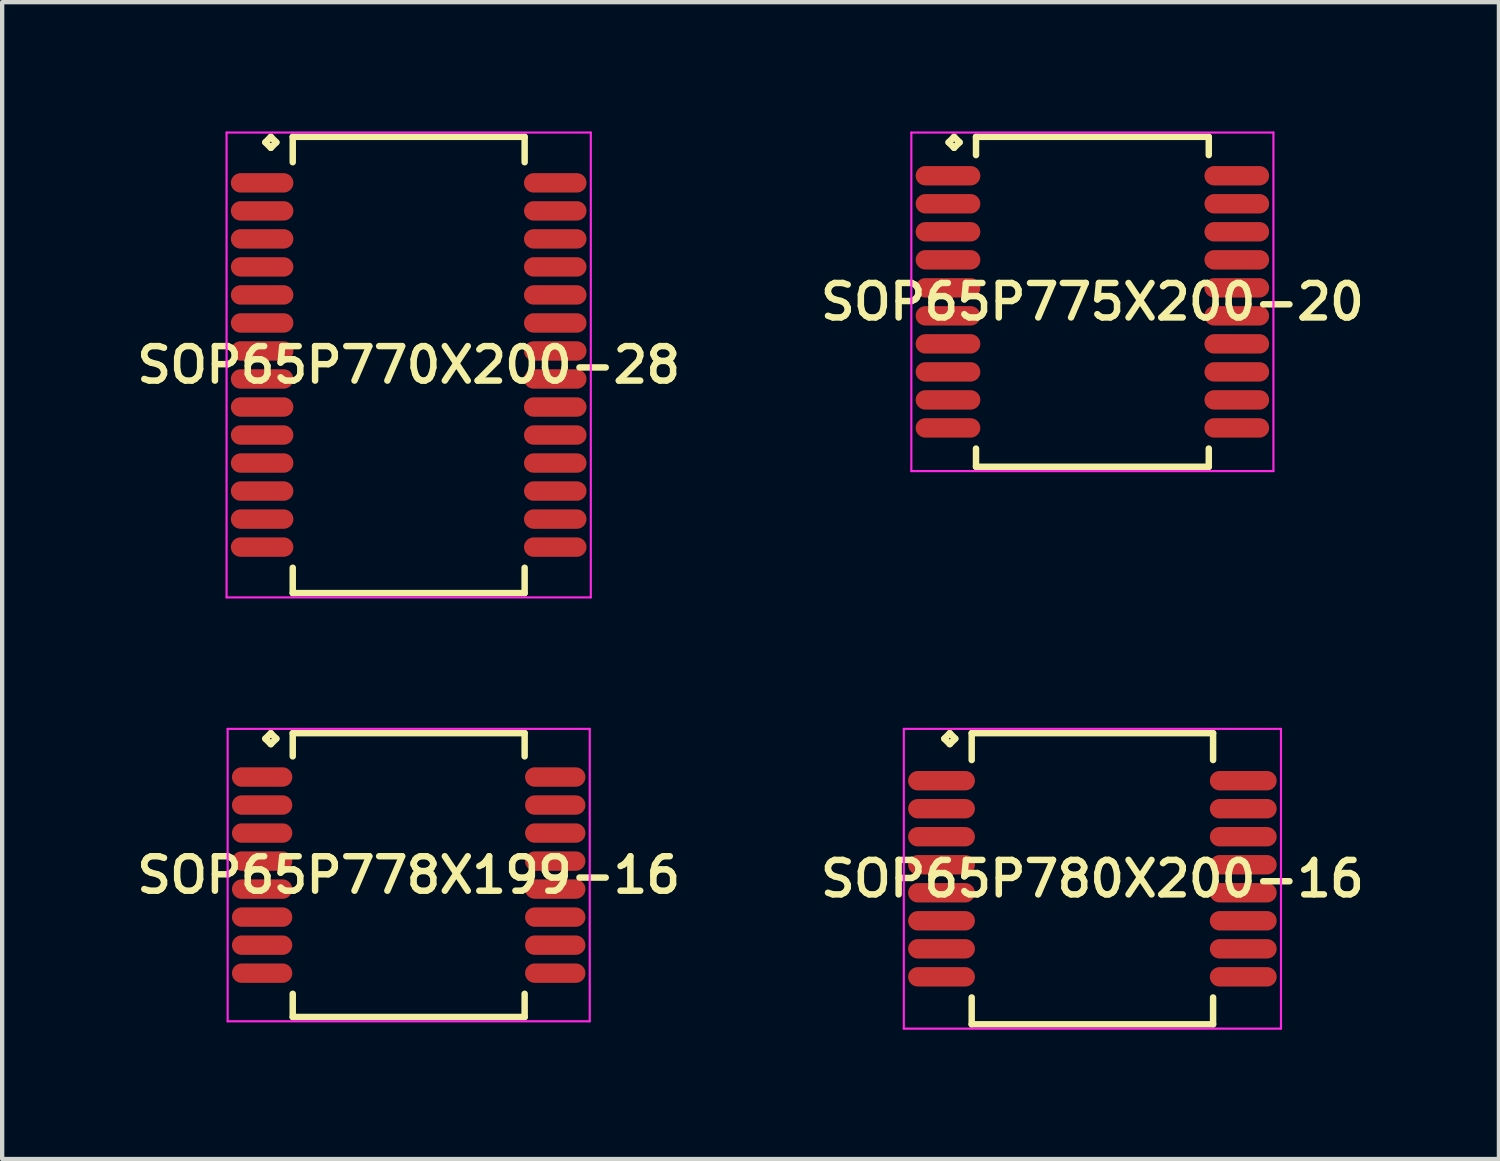
<source format=kicad_pcb>
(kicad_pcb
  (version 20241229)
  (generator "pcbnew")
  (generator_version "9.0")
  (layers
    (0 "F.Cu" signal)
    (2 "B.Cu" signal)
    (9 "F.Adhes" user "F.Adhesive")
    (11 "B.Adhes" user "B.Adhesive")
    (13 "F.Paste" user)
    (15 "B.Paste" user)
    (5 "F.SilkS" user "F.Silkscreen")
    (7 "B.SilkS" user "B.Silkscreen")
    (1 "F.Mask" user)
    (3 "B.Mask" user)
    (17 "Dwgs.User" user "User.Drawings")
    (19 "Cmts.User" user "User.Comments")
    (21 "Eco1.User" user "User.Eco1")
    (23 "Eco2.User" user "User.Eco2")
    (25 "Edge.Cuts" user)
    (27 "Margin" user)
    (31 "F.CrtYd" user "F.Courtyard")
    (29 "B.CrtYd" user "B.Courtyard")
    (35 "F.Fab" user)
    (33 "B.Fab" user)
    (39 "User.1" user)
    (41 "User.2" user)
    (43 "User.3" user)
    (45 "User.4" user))
  (footprint "SOP65P778X199-16"
    (layer "F.Cu")
    (at 6.431 17.251)
    (property "Reference" "SOP65P778X199-16" (at 0 0 0) (layer "F.SilkS") (effects (font (size 0.8 0.8) (thickness 0.15))))
    (attr smd)
    (fp_line (start -3.325 -3.165) (end -3.198 -3.292) (stroke (width 0.15) (type solid)) (layer "F.SilkS"))
    (fp_line (start -3.198 -3.292) (end -3.071 -3.165) (stroke (width 0.15) (type solid)) (layer "F.SilkS"))
    (fp_line (start -3.198 -3.038) (end -3.325 -3.165) (stroke (width 0.15) (type solid)) (layer "F.SilkS"))
    (fp_line (start -3.071 -3.165) (end -3.198 -3.038) (stroke (width 0.15) (type solid)) (layer "F.SilkS"))
    (fp_line (start -2.69 -3.292) (end 2.69 -3.292) (stroke (width 0.15) (type solid)) (layer "F.SilkS"))
    (fp_line (start -2.69 -2.754) (end -2.69 -3.292) (stroke (width 0.15) (type solid)) (layer "F.SilkS"))
    (fp_line (start -2.69 2.754) (end -2.69 3.292) (stroke (width 0.15) (type solid)) (layer "F.SilkS"))
    (fp_line (start -2.69 3.292) (end 2.69 3.292) (stroke (width 0.15) (type solid)) (layer "F.SilkS"))
    (fp_line (start 2.69 -3.292) (end 2.69 -2.754) (stroke (width 0.15) (type solid)) (layer "F.SilkS"))
    (fp_line (start 2.69 3.292) (end 2.69 2.754) (stroke (width 0.15) (type solid)) (layer "F.SilkS"))
    (fp_line (start -4.2 -3.392) (end 4.2 -3.392) (stroke (width 0.05) (type solid)) (layer "F.CrtYd"))
    (fp_line (start -4.2 3.392) (end -4.2 -3.392) (stroke (width 0.05) (type solid)) (layer "F.CrtYd"))
    (fp_line (start 4.2 -3.392) (end 4.2 3.392) (stroke (width 0.05) (type solid)) (layer "F.CrtYd"))
    (fp_line (start 4.2 3.392) (end -4.2 3.392) (stroke (width 0.05) (type solid)) (layer "F.CrtYd"))
    (pad "1" smd oval (at -3.4 -2.275) (size 1.4 0.45) (layers "F.Cu" "F.Mask" "F.Paste"))
    (pad "2" smd oval (at -3.4 -1.625) (size 1.4 0.45) (layers "F.Cu" "F.Mask" "F.Paste"))
    (pad "3" smd oval (at -3.4 -0.975) (size 1.4 0.45) (layers "F.Cu" "F.Mask" "F.Paste"))
    (pad "4" smd oval (at -3.4 -0.325) (size 1.4 0.45) (layers "F.Cu" "F.Mask" "F.Paste"))
    (pad "5" smd oval (at -3.4 0.325) (size 1.4 0.45) (layers "F.Cu" "F.Mask" "F.Paste"))
    (pad "6" smd oval (at -3.4 0.975) (size 1.4 0.45) (layers "F.Cu" "F.Mask" "F.Paste"))
    (pad "7" smd oval (at -3.4 1.625) (size 1.4 0.45) (layers "F.Cu" "F.Mask" "F.Paste"))
    (pad "8" smd oval (at -3.4 2.275) (size 1.4 0.45) (layers "F.Cu" "F.Mask" "F.Paste"))
    (pad "9" smd oval (at 3.4 2.275) (size 1.4 0.45) (layers "F.Cu" "F.Mask" "F.Paste"))
    (pad "10" smd oval (at 3.4 1.625) (size 1.4 0.45) (layers "F.Cu" "F.Mask" "F.Paste"))
    (pad "11" smd oval (at 3.4 0.975) (size 1.4 0.45) (layers "F.Cu" "F.Mask" "F.Paste"))
    (pad "12" smd oval (at 3.4 0.325) (size 1.4 0.45) (layers "F.Cu" "F.Mask" "F.Paste"))
    (pad "13" smd oval (at 3.4 -0.325) (size 1.4 0.45) (layers "F.Cu" "F.Mask" "F.Paste"))
    (pad "14" smd oval (at 3.4 -0.975) (size 1.4 0.45) (layers "F.Cu" "F.Mask" "F.Paste"))
    (pad "15" smd oval (at 3.4 -1.625) (size 1.4 0.45) (layers "F.Cu" "F.Mask" "F.Paste"))
    (pad "16" smd oval (at 3.4 -2.275) (size 1.4 0.45) (layers "F.Cu" "F.Mask" "F.Paste")))
  (footprint "SOP65P775X200-20"
    (layer "F.Cu")
    (at 22.292 3.952)
    (property "Reference" "SOP65P775X200-20" (at 0 0 0) (layer "F.SilkS") (effects (font (size 0.8 0.8) (thickness 0.15))))
    (attr smd)
    (fp_line (start -3.335 -3.7) (end -3.208 -3.827) (stroke (width 0.15) (type solid)) (layer "F.SilkS"))
    (fp_line (start -3.208 -3.827) (end -3.081 -3.7) (stroke (width 0.15) (type solid)) (layer "F.SilkS"))
    (fp_line (start -3.208 -3.573) (end -3.335 -3.7) (stroke (width 0.15) (type solid)) (layer "F.SilkS"))
    (fp_line (start -3.081 -3.7) (end -3.208 -3.573) (stroke (width 0.15) (type solid)) (layer "F.SilkS"))
    (fp_line (start -2.7 -3.827) (end 2.7 -3.827) (stroke (width 0.15) (type solid)) (layer "F.SilkS"))
    (fp_line (start -2.7 -3.404) (end -2.7 -3.827) (stroke (width 0.15) (type solid)) (layer "F.SilkS"))
    (fp_line (start -2.7 3.404) (end -2.7 3.827) (stroke (width 0.15) (type solid)) (layer "F.SilkS"))
    (fp_line (start -2.7 3.827) (end 2.7 3.827) (stroke (width 0.15) (type solid)) (layer "F.SilkS"))
    (fp_line (start 2.7 -3.827) (end 2.7 -3.404) (stroke (width 0.15) (type solid)) (layer "F.SilkS"))
    (fp_line (start 2.7 3.827) (end 2.7 3.404) (stroke (width 0.15) (type solid)) (layer "F.SilkS"))
    (fp_line (start -4.2 -3.927) (end 4.2 -3.927) (stroke (width 0.05) (type solid)) (layer "F.CrtYd"))
    (fp_line (start -4.2 3.927) (end -4.2 -3.927) (stroke (width 0.05) (type solid)) (layer "F.CrtYd"))
    (fp_line (start 4.2 -3.927) (end 4.2 3.927) (stroke (width 0.05) (type solid)) (layer "F.CrtYd"))
    (fp_line (start 4.2 3.927) (end -4.2 3.927) (stroke (width 0.05) (type solid)) (layer "F.CrtYd"))
    (pad "1" smd oval (at -3.35 -2.925) (size 1.5 0.45) (layers "F.Cu" "F.Mask" "F.Paste"))
    (pad "2" smd oval (at -3.35 -2.275) (size 1.5 0.45) (layers "F.Cu" "F.Mask" "F.Paste"))
    (pad "3" smd oval (at -3.35 -1.625) (size 1.5 0.45) (layers "F.Cu" "F.Mask" "F.Paste"))
    (pad "4" smd oval (at -3.35 -0.975) (size 1.5 0.45) (layers "F.Cu" "F.Mask" "F.Paste"))
    (pad "5" smd oval (at -3.35 -0.325) (size 1.5 0.45) (layers "F.Cu" "F.Mask" "F.Paste"))
    (pad "6" smd oval (at -3.35 0.325) (size 1.5 0.45) (layers "F.Cu" "F.Mask" "F.Paste"))
    (pad "7" smd oval (at -3.35 0.975) (size 1.5 0.45) (layers "F.Cu" "F.Mask" "F.Paste"))
    (pad "8" smd oval (at -3.35 1.625) (size 1.5 0.45) (layers "F.Cu" "F.Mask" "F.Paste"))
    (pad "9" smd oval (at -3.35 2.275) (size 1.5 0.45) (layers "F.Cu" "F.Mask" "F.Paste"))
    (pad "10" smd oval (at -3.35 2.925) (size 1.5 0.45) (layers "F.Cu" "F.Mask" "F.Paste"))
    (pad "11" smd oval (at 3.35 2.925) (size 1.5 0.45) (layers "F.Cu" "F.Mask" "F.Paste"))
    (pad "12" smd oval (at 3.35 2.275) (size 1.5 0.45) (layers "F.Cu" "F.Mask" "F.Paste"))
    (pad "13" smd oval (at 3.35 1.625) (size 1.5 0.45) (layers "F.Cu" "F.Mask" "F.Paste"))
    (pad "14" smd oval (at 3.35 0.975) (size 1.5 0.45) (layers "F.Cu" "F.Mask" "F.Paste"))
    (pad "15" smd oval (at 3.35 0.325) (size 1.5 0.45) (layers "F.Cu" "F.Mask" "F.Paste"))
    (pad "16" smd oval (at 3.35 -0.325) (size 1.5 0.45) (layers "F.Cu" "F.Mask" "F.Paste"))
    (pad "17" smd oval (at 3.35 -0.975) (size 1.5 0.45) (layers "F.Cu" "F.Mask" "F.Paste"))
    (pad "18" smd oval (at 3.35 -1.625) (size 1.5 0.45) (layers "F.Cu" "F.Mask" "F.Paste"))
    (pad "19" smd oval (at 3.35 -2.275) (size 1.5 0.45) (layers "F.Cu" "F.Mask" "F.Paste"))
    (pad "20" smd oval (at 3.35 -2.925) (size 1.5 0.45) (layers "F.Cu" "F.Mask" "F.Paste")))
  (footprint "SOP65P780X200-16"
    (layer "F.Cu")
    (at 22.292 17.336)
    (property "Reference" "SOP65P780X200-16" (at 0 0 0) (layer "F.SilkS") (effects (font (size 0.8 0.8) (thickness 0.15))))
    (attr smd)
    (fp_line (start -3.435 -3.25) (end -3.308 -3.377) (stroke (width 0.15) (type solid)) (layer "F.SilkS"))
    (fp_line (start -3.308 -3.377) (end -3.181 -3.25) (stroke (width 0.15) (type solid)) (layer "F.SilkS"))
    (fp_line (start -3.308 -3.123) (end -3.435 -3.25) (stroke (width 0.15) (type solid)) (layer "F.SilkS"))
    (fp_line (start -3.181 -3.25) (end -3.308 -3.123) (stroke (width 0.15) (type solid)) (layer "F.SilkS"))
    (fp_line (start -2.8 -3.377) (end 2.8 -3.377) (stroke (width 0.15) (type solid)) (layer "F.SilkS"))
    (fp_line (start -2.8 -2.754) (end -2.8 -3.377) (stroke (width 0.15) (type solid)) (layer "F.SilkS"))
    (fp_line (start -2.8 2.754) (end -2.8 3.377) (stroke (width 0.15) (type solid)) (layer "F.SilkS"))
    (fp_line (start -2.8 3.377) (end 2.8 3.377) (stroke (width 0.15) (type solid)) (layer "F.SilkS"))
    (fp_line (start 2.8 -3.377) (end 2.8 -2.754) (stroke (width 0.15) (type solid)) (layer "F.SilkS"))
    (fp_line (start 2.8 3.377) (end 2.8 2.754) (stroke (width 0.15) (type solid)) (layer "F.SilkS"))
    (fp_line (start -4.375 -3.477) (end 4.375 -3.477) (stroke (width 0.05) (type solid)) (layer "F.CrtYd"))
    (fp_line (start -4.375 3.477) (end -4.375 -3.477) (stroke (width 0.05) (type solid)) (layer "F.CrtYd"))
    (fp_line (start 4.375 -3.477) (end 4.375 3.477) (stroke (width 0.05) (type solid)) (layer "F.CrtYd"))
    (fp_line (start 4.375 3.477) (end -4.375 3.477) (stroke (width 0.05) (type solid)) (layer "F.CrtYd"))
    (pad "1" smd oval (at -3.5 -2.275) (size 1.55 0.45) (layers "F.Cu" "F.Mask" "F.Paste"))
    (pad "2" smd oval (at -3.5 -1.625) (size 1.55 0.45) (layers "F.Cu" "F.Mask" "F.Paste"))
    (pad "3" smd oval (at -3.5 -0.975) (size 1.55 0.45) (layers "F.Cu" "F.Mask" "F.Paste"))
    (pad "4" smd oval (at -3.5 -0.325) (size 1.55 0.45) (layers "F.Cu" "F.Mask" "F.Paste"))
    (pad "5" smd oval (at -3.5 0.325) (size 1.55 0.45) (layers "F.Cu" "F.Mask" "F.Paste"))
    (pad "6" smd oval (at -3.5 0.975) (size 1.55 0.45) (layers "F.Cu" "F.Mask" "F.Paste"))
    (pad "7" smd oval (at -3.5 1.625) (size 1.55 0.45) (layers "F.Cu" "F.Mask" "F.Paste"))
    (pad "8" smd oval (at -3.5 2.275) (size 1.55 0.45) (layers "F.Cu" "F.Mask" "F.Paste"))
    (pad "9" smd oval (at 3.5 2.275) (size 1.55 0.45) (layers "F.Cu" "F.Mask" "F.Paste"))
    (pad "10" smd oval (at 3.5 1.625) (size 1.55 0.45) (layers "F.Cu" "F.Mask" "F.Paste"))
    (pad "11" smd oval (at 3.5 0.975) (size 1.55 0.45) (layers "F.Cu" "F.Mask" "F.Paste"))
    (pad "12" smd oval (at 3.5 0.325) (size 1.55 0.45) (layers "F.Cu" "F.Mask" "F.Paste"))
    (pad "13" smd oval (at 3.5 -0.325) (size 1.55 0.45) (layers "F.Cu" "F.Mask" "F.Paste"))
    (pad "14" smd oval (at 3.5 -0.975) (size 1.55 0.45) (layers "F.Cu" "F.Mask" "F.Paste"))
    (pad "15" smd oval (at 3.5 -1.625) (size 1.55 0.45) (layers "F.Cu" "F.Mask" "F.Paste"))
    (pad "16" smd oval (at 3.5 -2.275) (size 1.55 0.45) (layers "F.Cu" "F.Mask" "F.Paste")))
  (footprint "SOP65P770X200-28"
    (layer "F.Cu")
    (at 6.431 5.417)
    (property "Reference" "SOP65P770X200-28" (at 0 0 0) (layer "F.SilkS") (effects (font (size 0.8 0.8) (thickness 0.15))))
    (attr smd)
    (fp_line (start -3.325 -5.165) (end -3.198 -5.292) (stroke (width 0.15) (type solid)) (layer "F.SilkS"))
    (fp_line (start -3.198 -5.292) (end -3.071 -5.165) (stroke (width 0.15) (type solid)) (layer "F.SilkS"))
    (fp_line (start -3.198 -5.038) (end -3.325 -5.165) (stroke (width 0.15) (type solid)) (layer "F.SilkS"))
    (fp_line (start -3.071 -5.165) (end -3.198 -5.038) (stroke (width 0.15) (type solid)) (layer "F.SilkS"))
    (fp_line (start -2.69 -5.292) (end 2.69 -5.292) (stroke (width 0.15) (type solid)) (layer "F.SilkS"))
    (fp_line (start -2.69 -4.704) (end -2.69 -5.292) (stroke (width 0.15) (type solid)) (layer "F.SilkS"))
    (fp_line (start -2.69 4.704) (end -2.69 5.292) (stroke (width 0.15) (type solid)) (layer "F.SilkS"))
    (fp_line (start -2.69 5.292) (end 2.69 5.292) (stroke (width 0.15) (type solid)) (layer "F.SilkS"))
    (fp_line (start 2.69 -5.292) (end 2.69 -4.704) (stroke (width 0.15) (type solid)) (layer "F.SilkS"))
    (fp_line (start 2.69 5.292) (end 2.69 4.704) (stroke (width 0.15) (type solid)) (layer "F.SilkS"))
    (fp_line (start -4.225 -5.392) (end 4.225 -5.392) (stroke (width 0.05) (type solid)) (layer "F.CrtYd"))
    (fp_line (start -4.225 5.392) (end -4.225 -5.392) (stroke (width 0.05) (type solid)) (layer "F.CrtYd"))
    (fp_line (start 4.225 -5.392) (end 4.225 5.392) (stroke (width 0.05) (type solid)) (layer "F.CrtYd"))
    (fp_line (start 4.225 5.392) (end -4.225 5.392) (stroke (width 0.05) (type solid)) (layer "F.CrtYd"))
    (pad "1" smd oval (at -3.4 -4.225) (size 1.45 0.45) (layers "F.Cu" "F.Mask" "F.Paste"))
    (pad "2" smd oval (at -3.4 -3.575) (size 1.45 0.45) (layers "F.Cu" "F.Mask" "F.Paste"))
    (pad "3" smd oval (at -3.4 -2.925) (size 1.45 0.45) (layers "F.Cu" "F.Mask" "F.Paste"))
    (pad "4" smd oval (at -3.4 -2.275) (size 1.45 0.45) (layers "F.Cu" "F.Mask" "F.Paste"))
    (pad "5" smd oval (at -3.4 -1.625) (size 1.45 0.45) (layers "F.Cu" "F.Mask" "F.Paste"))
    (pad "6" smd oval (at -3.4 -0.975) (size 1.45 0.45) (layers "F.Cu" "F.Mask" "F.Paste"))
    (pad "7" smd oval (at -3.4 -0.325) (size 1.45 0.45) (layers "F.Cu" "F.Mask" "F.Paste"))
    (pad "8" smd oval (at -3.4 0.325) (size 1.45 0.45) (layers "F.Cu" "F.Mask" "F.Paste"))
    (pad "9" smd oval (at -3.4 0.975) (size 1.45 0.45) (layers "F.Cu" "F.Mask" "F.Paste"))
    (pad "10" smd oval (at -3.4 1.625) (size 1.45 0.45) (layers "F.Cu" "F.Mask" "F.Paste"))
    (pad "11" smd oval (at -3.4 2.275) (size 1.45 0.45) (layers "F.Cu" "F.Mask" "F.Paste"))
    (pad "12" smd oval (at -3.4 2.925) (size 1.45 0.45) (layers "F.Cu" "F.Mask" "F.Paste"))
    (pad "13" smd oval (at -3.4 3.575) (size 1.45 0.45) (layers "F.Cu" "F.Mask" "F.Paste"))
    (pad "14" smd oval (at -3.4 4.225) (size 1.45 0.45) (layers "F.Cu" "F.Mask" "F.Paste"))
    (pad "15" smd oval (at 3.4 4.225) (size 1.45 0.45) (layers "F.Cu" "F.Mask" "F.Paste"))
    (pad "16" smd oval (at 3.4 3.575) (size 1.45 0.45) (layers "F.Cu" "F.Mask" "F.Paste"))
    (pad "17" smd oval (at 3.4 2.925) (size 1.45 0.45) (layers "F.Cu" "F.Mask" "F.Paste"))
    (pad "18" smd oval (at 3.4 2.275) (size 1.45 0.45) (layers "F.Cu" "F.Mask" "F.Paste"))
    (pad "19" smd oval (at 3.4 1.625) (size 1.45 0.45) (layers "F.Cu" "F.Mask" "F.Paste"))
    (pad "20" smd oval (at 3.4 0.975) (size 1.45 0.45) (layers "F.Cu" "F.Mask" "F.Paste"))
    (pad "21" smd oval (at 3.4 0.325) (size 1.45 0.45) (layers "F.Cu" "F.Mask" "F.Paste"))
    (pad "22" smd oval (at 3.4 -0.325) (size 1.45 0.45) (layers "F.Cu" "F.Mask" "F.Paste"))
    (pad "23" smd oval (at 3.4 -0.975) (size 1.45 0.45) (layers "F.Cu" "F.Mask" "F.Paste"))
    (pad "24" smd oval (at 3.4 -1.625) (size 1.45 0.45) (layers "F.Cu" "F.Mask" "F.Paste"))
    (pad "25" smd oval (at 3.4 -2.275) (size 1.45 0.45) (layers "F.Cu" "F.Mask" "F.Paste"))
    (pad "26" smd oval (at 3.4 -2.925) (size 1.45 0.45) (layers "F.Cu" "F.Mask" "F.Paste"))
    (pad "27" smd oval (at 3.4 -3.575) (size 1.45 0.45) (layers "F.Cu" "F.Mask" "F.Paste"))
    (pad "28" smd oval (at 3.4 -4.225) (size 1.45 0.45) (layers "F.Cu" "F.Mask" "F.Paste")))
  (gr_rect
    (start -3 -3)
    (end 31.723 23.838)
    (stroke (width 0.1) (type default))
    (fill no)
    (layer "Edge.Cuts")))
</source>
